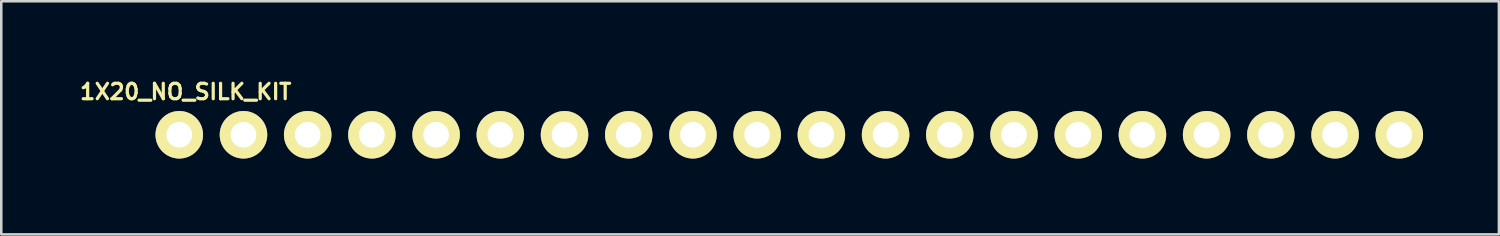
<source format=kicad_pcb>
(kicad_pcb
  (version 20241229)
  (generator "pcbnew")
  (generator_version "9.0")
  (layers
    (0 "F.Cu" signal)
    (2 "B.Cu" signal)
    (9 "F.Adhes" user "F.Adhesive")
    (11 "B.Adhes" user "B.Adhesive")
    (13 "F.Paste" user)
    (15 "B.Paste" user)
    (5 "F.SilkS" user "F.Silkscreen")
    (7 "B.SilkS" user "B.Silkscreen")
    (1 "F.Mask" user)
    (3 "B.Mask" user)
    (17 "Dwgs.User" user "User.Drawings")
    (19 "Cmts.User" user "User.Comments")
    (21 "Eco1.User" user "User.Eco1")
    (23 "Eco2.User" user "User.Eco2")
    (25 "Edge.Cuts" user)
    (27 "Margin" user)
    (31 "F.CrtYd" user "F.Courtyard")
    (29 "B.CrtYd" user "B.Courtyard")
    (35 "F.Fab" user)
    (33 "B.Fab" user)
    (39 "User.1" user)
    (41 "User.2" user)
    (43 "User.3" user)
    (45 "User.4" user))
  (footprint "1X20_NO_SILK_KIT"
    (layer "F.Cu")
    (at 4.041 2.281)
    (property "Reference" "1X20_NO_SILK_KIT" (at 0.254 -1.702 0) (layer "F.SilkS") (effects (font (size 0.61 0.61) (thickness 0.127))))
    (attr exclude_from_pos_files exclude_from_bom)
    (fp_circle (center 0 0) (end 0 -0.94) (stroke (width 0) (type solid)) (fill yes) (layer "F.SilkS"))
    (fp_circle (center 0 0) (end 0 -0.508) (stroke (width 0) (type solid)) (fill yes) (layer "F.SilkS"))
    (fp_circle (center 2.54 0) (end 2.54 -0.94) (stroke (width 0) (type solid)) (fill yes) (layer "F.SilkS"))
    (fp_circle (center 2.54 0) (end 2.54 -0.508) (stroke (width 0) (type solid)) (fill yes) (layer "F.SilkS"))
    (fp_circle (center 5.08 0) (end 5.08 -0.94) (stroke (width 0) (type solid)) (fill yes) (layer "F.SilkS"))
    (fp_circle (center 5.08 0) (end 5.08 -0.508) (stroke (width 0) (type solid)) (fill yes) (layer "F.SilkS"))
    (fp_circle (center 7.62 0) (end 7.62 -0.94) (stroke (width 0) (type solid)) (fill yes) (layer "F.SilkS"))
    (fp_circle (center 7.62 0) (end 7.62 -0.508) (stroke (width 0) (type solid)) (fill yes) (layer "F.SilkS"))
    (fp_circle (center 10.16 0) (end 10.16 -0.94) (stroke (width 0) (type solid)) (fill yes) (layer "F.SilkS"))
    (fp_circle (center 10.16 0) (end 10.16 -0.508) (stroke (width 0) (type solid)) (fill yes) (layer "F.SilkS"))
    (fp_circle (center 12.7 0) (end 12.7 -0.94) (stroke (width 0) (type solid)) (fill yes) (layer "F.SilkS"))
    (fp_circle (center 12.7 0) (end 12.7 -0.508) (stroke (width 0) (type solid)) (fill yes) (layer "F.SilkS"))
    (fp_circle (center 15.24 0) (end 15.24 -0.94) (stroke (width 0) (type solid)) (fill yes) (layer "F.SilkS"))
    (fp_circle (center 15.24 0) (end 15.24 -0.508) (stroke (width 0) (type solid)) (fill yes) (layer "F.SilkS"))
    (fp_circle (center 17.78 0) (end 17.78 -0.94) (stroke (width 0) (type solid)) (fill yes) (layer "F.SilkS"))
    (fp_circle (center 17.78 0) (end 17.78 -0.508) (stroke (width 0) (type solid)) (fill yes) (layer "F.SilkS"))
    (fp_circle (center 20.32 0) (end 20.32 -0.94) (stroke (width 0) (type solid)) (fill yes) (layer "F.SilkS"))
    (fp_circle (center 20.32 0) (end 20.32 -0.508) (stroke (width 0) (type solid)) (fill yes) (layer "F.SilkS"))
    (fp_circle (center 22.86 0) (end 22.86 -0.94) (stroke (width 0) (type solid)) (fill yes) (layer "F.SilkS"))
    (fp_circle (center 22.86 0) (end 22.86 -0.508) (stroke (width 0) (type solid)) (fill yes) (layer "F.SilkS"))
    (fp_circle (center 25.4 0) (end 25.4 -0.94) (stroke (width 0) (type solid)) (fill yes) (layer "F.SilkS"))
    (fp_circle (center 25.4 0) (end 25.4 -0.508) (stroke (width 0) (type solid)) (fill yes) (layer "F.SilkS"))
    (fp_circle (center 27.94 0) (end 27.94 -0.94) (stroke (width 0) (type solid)) (fill yes) (layer "F.SilkS"))
    (fp_circle (center 27.94 0) (end 27.94 -0.508) (stroke (width 0) (type solid)) (fill yes) (layer "F.SilkS"))
    (fp_circle (center 30.48 0) (end 30.48 -0.94) (stroke (width 0) (type solid)) (fill yes) (layer "F.SilkS"))
    (fp_circle (center 30.48 0) (end 30.48 -0.508) (stroke (width 0) (type solid)) (fill yes) (layer "F.SilkS"))
    (fp_circle (center 33.02 0) (end 33.02 -0.94) (stroke (width 0) (type solid)) (fill yes) (layer "F.SilkS"))
    (fp_circle (center 33.02 0) (end 33.02 -0.508) (stroke (width 0) (type solid)) (fill yes) (layer "F.SilkS"))
    (fp_circle (center 35.56 0) (end 35.56 -0.94) (stroke (width 0) (type solid)) (fill yes) (layer "F.SilkS"))
    (fp_circle (center 35.56 0) (end 35.56 -0.508) (stroke (width 0) (type solid)) (fill yes) (layer "F.SilkS"))
    (fp_circle (center 38.1 0) (end 38.1 -0.94) (stroke (width 0) (type solid)) (fill yes) (layer "F.SilkS"))
    (fp_circle (center 38.1 0) (end 38.1 -0.508) (stroke (width 0) (type solid)) (fill yes) (layer "F.SilkS"))
    (fp_circle (center 40.64 0) (end 40.64 -0.94) (stroke (width 0) (type solid)) (fill yes) (layer "F.SilkS"))
    (fp_circle (center 40.64 0) (end 40.64 -0.508) (stroke (width 0) (type solid)) (fill yes) (layer "F.SilkS"))
    (fp_circle (center 43.18 0) (end 43.18 -0.94) (stroke (width 0) (type solid)) (fill yes) (layer "F.SilkS"))
    (fp_circle (center 43.18 0) (end 43.18 -0.508) (stroke (width 0) (type solid)) (fill yes) (layer "F.SilkS"))
    (fp_circle (center 45.72 0) (end 45.72 -0.94) (stroke (width 0) (type solid)) (fill yes) (layer "F.SilkS"))
    (fp_circle (center 45.72 0) (end 45.72 -0.508) (stroke (width 0) (type solid)) (fill yes) (layer "F.SilkS"))
    (fp_circle (center 48.26 0) (end 48.26 -0.94) (stroke (width 0) (type solid)) (fill yes) (layer "F.SilkS"))
    (fp_circle (center 48.26 0) (end 48.26 -0.508) (stroke (width 0) (type solid)) (fill yes) (layer "F.SilkS"))
    (pad "1" thru_hole circle (at 0 0) (size 1.88 1.88) (drill 1.016) (layers "*.Cu" "*.Paste" "*.Mask"))
    (pad "2" thru_hole circle (at 2.54 0) (size 1.88 1.88) (drill 1.016) (layers "*.Cu" "*.Paste" "*.Mask"))
    (pad "3" thru_hole circle (at 5.08 0) (size 1.88 1.88) (drill 1.016) (layers "*.Cu" "*.Paste" "*.Mask"))
    (pad "4" thru_hole circle (at 7.62 0) (size 1.88 1.88) (drill 1.016) (layers "*.Cu" "*.Paste" "*.Mask"))
    (pad "5" thru_hole circle (at 10.16 0) (size 1.88 1.88) (drill 1.016) (layers "*.Cu" "*.Paste" "*.Mask"))
    (pad "6" thru_hole circle (at 12.7 0) (size 1.88 1.88) (drill 1.016) (layers "*.Cu" "*.Paste" "*.Mask"))
    (pad "7" thru_hole circle (at 15.24 0) (size 1.88 1.88) (drill 1.016) (layers "*.Cu" "*.Paste" "*.Mask"))
    (pad "8" thru_hole circle (at 17.78 0) (size 1.88 1.88) (drill 1.016) (layers "*.Cu" "*.Paste" "*.Mask"))
    (pad "9" thru_hole circle (at 20.32 0) (size 1.88 1.88) (drill 1.016) (layers "*.Cu" "*.Paste" "*.Mask"))
    (pad "10" thru_hole circle (at 22.86 0) (size 1.88 1.88) (drill 1.016) (layers "*.Cu" "*.Paste" "*.Mask"))
    (pad "11" thru_hole circle (at 25.4 0) (size 1.88 1.88) (drill 1.016) (layers "*.Cu" "*.Paste" "*.Mask"))
    (pad "12" thru_hole circle (at 27.94 0) (size 1.88 1.88) (drill 1.016) (layers "*.Cu" "*.Paste" "*.Mask"))
    (pad "13" thru_hole circle (at 30.48 0) (size 1.88 1.88) (drill 1.016) (layers "*.Cu" "*.Paste" "*.Mask"))
    (pad "14" thru_hole circle (at 33.02 0) (size 1.88 1.88) (drill 1.016) (layers "*.Cu" "*.Paste" "*.Mask"))
    (pad "15" thru_hole circle (at 35.56 0) (size 1.88 1.88) (drill 1.016) (layers "*.Cu" "*.Paste" "*.Mask"))
    (pad "16" thru_hole circle (at 38.1 0) (size 1.88 1.88) (drill 1.016) (layers "*.Cu" "*.Paste" "*.Mask"))
    (pad "17" thru_hole circle (at 40.64 0) (size 1.88 1.88) (drill 1.016) (layers "*.Cu" "*.Paste" "*.Mask"))
    (pad "18" thru_hole circle (at 43.18 0) (size 1.88 1.88) (drill 1.016) (layers "*.Cu" "*.Paste" "*.Mask"))
    (pad "19" thru_hole circle (at 45.72 0) (size 1.88 1.88) (drill 1.016) (layers "*.Cu" "*.Paste" "*.Mask"))
    (pad "20" thru_hole circle (at 48.26 0) (size 1.88 1.88) (drill 1.016) (layers "*.Cu" "*.Paste" "*.Mask")))
  (gr_rect
    (start -3 -3)
    (end 56.241 6.221)
    (stroke (width 0.1) (type default))
    (fill no)
    (layer "Edge.Cuts")))
</source>
